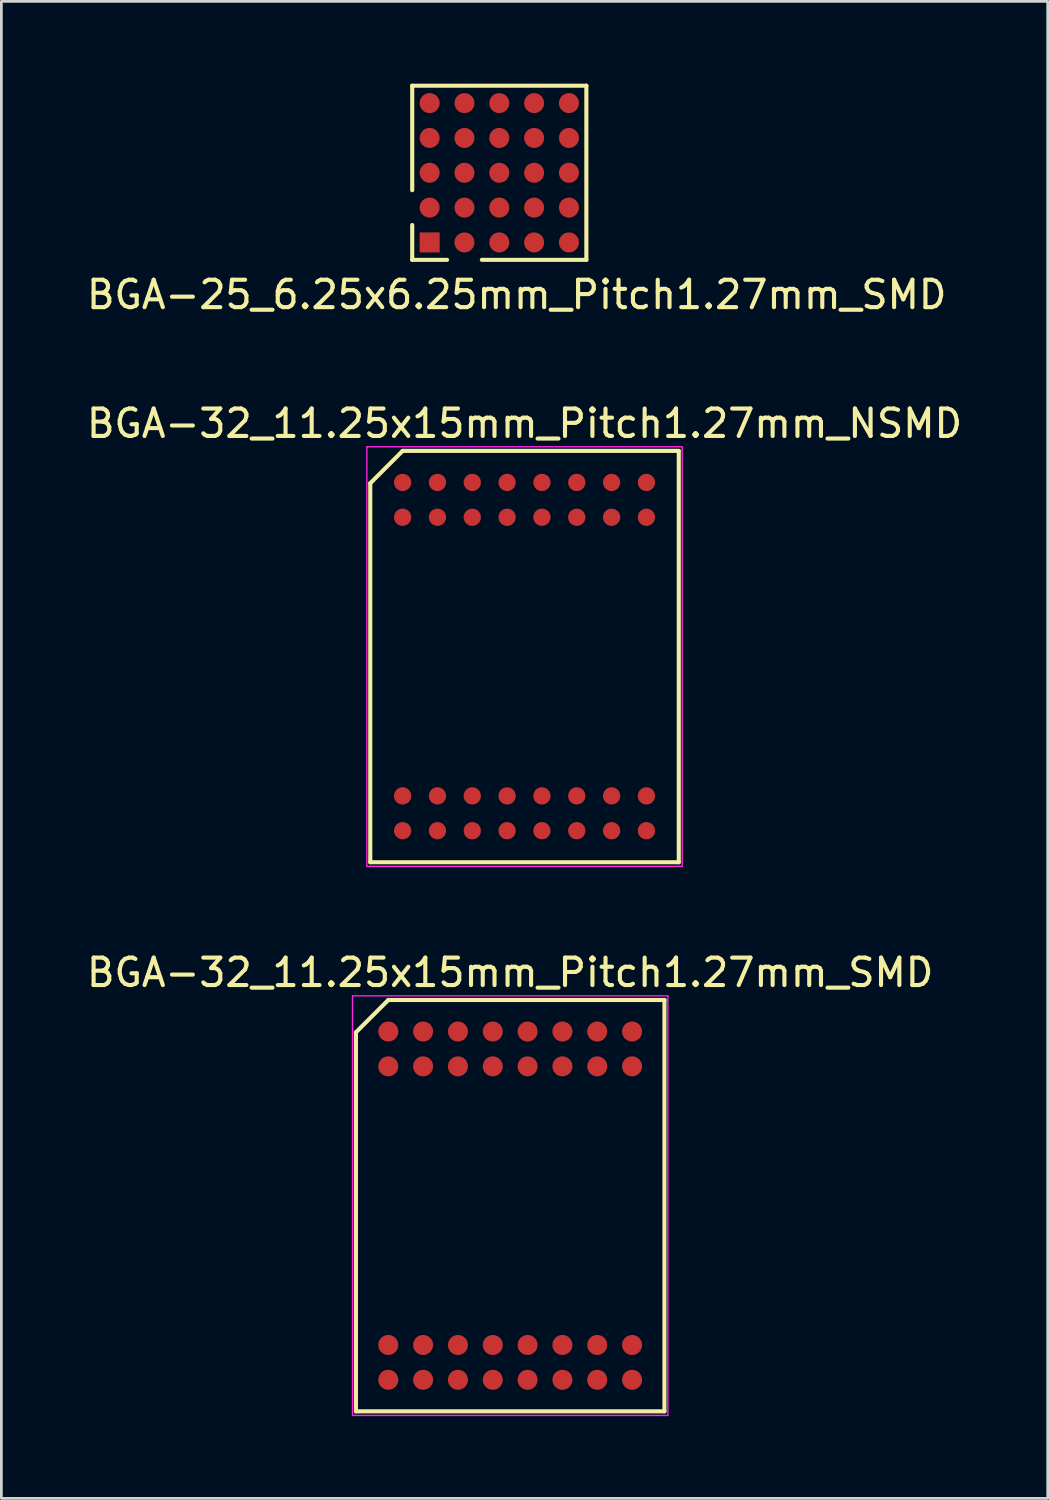
<source format=kicad_pcb>
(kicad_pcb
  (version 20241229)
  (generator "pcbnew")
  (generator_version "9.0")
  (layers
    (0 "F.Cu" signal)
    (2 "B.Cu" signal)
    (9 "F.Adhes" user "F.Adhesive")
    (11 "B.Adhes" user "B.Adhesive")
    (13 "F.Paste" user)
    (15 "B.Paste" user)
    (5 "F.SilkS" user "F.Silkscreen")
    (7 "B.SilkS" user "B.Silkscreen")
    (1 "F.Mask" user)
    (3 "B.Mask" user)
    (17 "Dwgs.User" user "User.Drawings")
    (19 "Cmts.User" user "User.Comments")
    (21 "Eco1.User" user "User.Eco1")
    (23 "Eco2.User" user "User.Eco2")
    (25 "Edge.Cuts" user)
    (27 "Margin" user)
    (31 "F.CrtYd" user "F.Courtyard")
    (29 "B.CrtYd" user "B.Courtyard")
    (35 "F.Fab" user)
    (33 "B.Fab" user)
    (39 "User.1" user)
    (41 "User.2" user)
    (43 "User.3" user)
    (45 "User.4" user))
  (footprint "BGA-25_6.25x6.25mm_Pitch1.27mm_SMD"
    (layer "F.Cu")
    (at 15.157 3.25)
    (property "Reference" "BGA-25_6.25x6.25mm_Pitch1.27mm_SMD" (at 0.635 4.445 180) (layer "F.SilkS") (effects (font (size 1 1) (thickness 0.15))))
    (attr smd)
    (fp_line (start -3.175 -3.175) (end 3.175 -3.175) (stroke (width 0.15) (type solid)) (layer "F.SilkS"))
    (fp_line (start -3.175 0.635) (end -3.175 -3.175) (stroke (width 0.15) (type solid)) (layer "F.SilkS"))
    (fp_line (start -3.175 1.905) (end -3.175 3.175) (stroke (width 0.15) (type solid)) (layer "F.SilkS"))
    (fp_line (start -3.175 3.175) (end -1.905 3.175) (stroke (width 0.15) (type solid)) (layer "F.SilkS"))
    (fp_line (start 3.175 -3.175) (end 3.175 3.175) (stroke (width 0.15) (type solid)) (layer "F.SilkS"))
    (fp_line (start 3.175 3.175) (end -0.635 3.175) (stroke (width 0.15) (type solid)) (layer "F.SilkS"))
    (pad "A1" smd rect (at -2.54 2.54) (size 0.73 0.73) (layers "F.Cu" "F.Mask" "F.Paste"))
    (pad "A2" smd circle (at -2.54 1.27) (size 0.73 0.73) (layers "F.Cu" "F.Mask" "F.Paste"))
    (pad "A3" smd circle (at -2.54 0) (size 0.73 0.73) (layers "F.Cu" "F.Mask" "F.Paste"))
    (pad "A4" smd circle (at -2.54 -1.27) (size 0.73 0.73) (layers "F.Cu" "F.Mask" "F.Paste"))
    (pad "A5" smd circle (at -2.54 -2.54) (size 0.73 0.73) (layers "F.Cu" "F.Mask" "F.Paste"))
    (pad "B1" smd circle (at -1.27 2.54) (size 0.73 0.73) (layers "F.Cu" "F.Mask" "F.Paste"))
    (pad "B2" smd circle (at -1.27 1.27) (size 0.73 0.73) (layers "F.Cu" "F.Mask" "F.Paste"))
    (pad "B3" smd circle (at -1.27 0) (size 0.73 0.73) (layers "F.Cu" "F.Mask" "F.Paste"))
    (pad "B4" smd circle (at -1.27 -1.27) (size 0.73 0.73) (layers "F.Cu" "F.Mask" "F.Paste"))
    (pad "B5" smd circle (at -1.27 -2.54) (size 0.73 0.73) (layers "F.Cu" "F.Mask" "F.Paste"))
    (pad "C1" smd circle (at 0 2.54) (size 0.73 0.73) (layers "F.Cu" "F.Mask" "F.Paste"))
    (pad "C2" smd circle (at 0 1.27) (size 0.73 0.73) (layers "F.Cu" "F.Mask" "F.Paste"))
    (pad "C3" smd circle (at 0 0) (size 0.73 0.73) (layers "F.Cu" "F.Mask" "F.Paste"))
    (pad "C4" smd circle (at 0 -1.27) (size 0.73 0.73) (layers "F.Cu" "F.Mask" "F.Paste"))
    (pad "C5" smd circle (at 0 -2.54) (size 0.73 0.73) (layers "F.Cu" "F.Mask" "F.Paste"))
    (pad "D1" smd circle (at 1.27 2.54) (size 0.73 0.73) (layers "F.Cu" "F.Mask" "F.Paste"))
    (pad "D2" smd circle (at 1.27 1.27) (size 0.73 0.73) (layers "F.Cu" "F.Mask" "F.Paste"))
    (pad "D3" smd circle (at 1.27 0) (size 0.73 0.73) (layers "F.Cu" "F.Mask" "F.Paste"))
    (pad "D4" smd circle (at 1.27 -1.27) (size 0.73 0.73) (layers "F.Cu" "F.Mask" "F.Paste"))
    (pad "D5" smd circle (at 1.27 -2.54) (size 0.73 0.73) (layers "F.Cu" "F.Mask" "F.Paste"))
    (pad "E1" smd circle (at 2.54 2.54) (size 0.73 0.73) (layers "F.Cu" "F.Mask" "F.Paste"))
    (pad "E2" smd circle (at 2.54 1.27) (size 0.73 0.73) (layers "F.Cu" "F.Mask" "F.Paste"))
    (pad "E3" smd circle (at 2.54 0) (size 0.73 0.73) (layers "F.Cu" "F.Mask" "F.Paste"))
    (pad "E4" smd circle (at 2.54 -1.27) (size 0.73 0.73) (layers "F.Cu" "F.Mask" "F.Paste"))
    (pad "E5" smd circle (at 2.54 -2.54) (size 0.73 0.73) (layers "F.Cu" "F.Mask" "F.Paste")))
  (footprint "BGA-32_11.25x15mm_Pitch1.27mm_NSMD"
    (layer "F.Cu")
    (at 16.077 20.892)
    (property "Reference" "BGA-32_11.25x15mm_Pitch1.27mm_NSMD" (at 0 -8.5 0) (layer "F.SilkS") (effects (font (size 1 1) (thickness 0.15))))
    (attr smd)
    (fp_line (start -5.625 -6.32) (end -5.625 7.5) (stroke (width 0.15) (type solid)) (layer "F.SilkS"))
    (fp_line (start -5.625 7.5) (end 5.625 7.5) (stroke (width 0.15) (type solid)) (layer "F.SilkS"))
    (fp_line (start -4.445 -7.5) (end -5.625 -6.32) (stroke (width 0.15) (type solid)) (layer "F.SilkS"))
    (fp_line (start 5.625 -7.5) (end -4.445 -7.5) (stroke (width 0.15) (type solid)) (layer "F.SilkS"))
    (fp_line (start 5.625 7.5) (end 5.625 -7.5) (stroke (width 0.15) (type solid)) (layer "F.SilkS"))
    (fp_line (start -5.75 -7.65) (end 5.75 -7.65) (stroke (width 0.05) (type solid)) (layer "F.CrtYd"))
    (fp_line (start -5.75 7.65) (end -5.75 -7.65) (stroke (width 0.05) (type solid)) (layer "F.CrtYd"))
    (fp_line (start 5.75 -7.65) (end 5.75 7.65) (stroke (width 0.05) (type solid)) (layer "F.CrtYd"))
    (fp_line (start 5.75 7.65) (end -5.75 7.65) (stroke (width 0.05) (type solid)) (layer "F.CrtYd"))
    (pad "A1" smd circle (at -4.445 -6.35) (size 0.63 0.63) (layers "F.Cu" "F.Mask" "F.Paste"))
    (pad "A2" smd circle (at -3.175 -6.35) (size 0.63 0.63) (layers "F.Cu" "F.Mask" "F.Paste"))
    (pad "A3" smd circle (at -1.905 -6.35) (size 0.63 0.63) (layers "F.Cu" "F.Mask" "F.Paste"))
    (pad "A4" smd circle (at -0.635 -6.35) (size 0.63 0.63) (layers "F.Cu" "F.Mask" "F.Paste"))
    (pad "A5" smd circle (at 0.635 -6.35) (size 0.63 0.63) (layers "F.Cu" "F.Mask" "F.Paste"))
    (pad "A6" smd circle (at 1.905 -6.35) (size 0.63 0.63) (layers "F.Cu" "F.Mask" "F.Paste"))
    (pad "A7" smd circle (at 3.175 -6.35) (size 0.63 0.63) (layers "F.Cu" "F.Mask" "F.Paste"))
    (pad "A8" smd circle (at 4.445 -6.35) (size 0.63 0.63) (layers "F.Cu" "F.Mask" "F.Paste"))
    (pad "B1" smd circle (at -4.445 -5.08) (size 0.63 0.63) (layers "F.Cu" "F.Mask" "F.Paste"))
    (pad "B2" smd circle (at -3.175 -5.08) (size 0.63 0.63) (layers "F.Cu" "F.Mask" "F.Paste"))
    (pad "B3" smd circle (at -1.905 -5.08) (size 0.63 0.63) (layers "F.Cu" "F.Mask" "F.Paste"))
    (pad "B4" smd circle (at -0.635 -5.08) (size 0.63 0.63) (layers "F.Cu" "F.Mask" "F.Paste"))
    (pad "B5" smd circle (at 0.635 -5.08) (size 0.63 0.63) (layers "F.Cu" "F.Mask" "F.Paste"))
    (pad "B6" smd circle (at 1.905 -5.08) (size 0.63 0.63) (layers "F.Cu" "F.Mask" "F.Paste"))
    (pad "B7" smd circle (at 3.175 -5.08) (size 0.63 0.63) (layers "F.Cu" "F.Mask" "F.Paste"))
    (pad "B8" smd circle (at 4.445 -5.08) (size 0.63 0.63) (layers "F.Cu" "F.Mask" "F.Paste"))
    (pad "K1" smd circle (at -4.445 5.08) (size 0.63 0.63) (layers "F.Cu" "F.Mask" "F.Paste"))
    (pad "K2" smd circle (at -3.175 5.08) (size 0.63 0.63) (layers "F.Cu" "F.Mask" "F.Paste"))
    (pad "K3" smd circle (at -1.905 5.08) (size 0.63 0.63) (layers "F.Cu" "F.Mask" "F.Paste"))
    (pad "K4" smd circle (at -0.635 5.08) (size 0.63 0.63) (layers "F.Cu" "F.Mask" "F.Paste"))
    (pad "K5" smd circle (at 0.635 5.08) (size 0.63 0.63) (layers "F.Cu" "F.Mask" "F.Paste"))
    (pad "K6" smd circle (at 1.905 5.08) (size 0.63 0.63) (layers "F.Cu" "F.Mask" "F.Paste"))
    (pad "K7" smd circle (at 3.175 5.08) (size 0.63 0.63) (layers "F.Cu" "F.Mask" "F.Paste"))
    (pad "K8" smd circle (at 4.445 5.08) (size 0.63 0.63) (layers "F.Cu" "F.Mask" "F.Paste"))
    (pad "L1" smd circle (at -4.445 6.35) (size 0.63 0.63) (layers "F.Cu" "F.Mask" "F.Paste"))
    (pad "L2" smd circle (at -3.175 6.35) (size 0.63 0.63) (layers "F.Cu" "F.Mask" "F.Paste"))
    (pad "L3" smd circle (at -1.905 6.35) (size 0.63 0.63) (layers "F.Cu" "F.Mask" "F.Paste"))
    (pad "L4" smd circle (at -0.635 6.35) (size 0.63 0.63) (layers "F.Cu" "F.Mask" "F.Paste"))
    (pad "L5" smd circle (at 0.635 6.35) (size 0.63 0.63) (layers "F.Cu" "F.Mask" "F.Paste"))
    (pad "L6" smd circle (at 1.905 6.35) (size 0.63 0.63) (layers "F.Cu" "F.Mask" "F.Paste"))
    (pad "L7" smd circle (at 3.175 6.35) (size 0.63 0.63) (layers "F.Cu" "F.Mask" "F.Paste"))
    (pad "L8" smd circle (at 4.445 6.35) (size 0.63 0.63) (layers "F.Cu" "F.Mask" "F.Paste")))
  (footprint "BGA-32_11.25x15mm_Pitch1.27mm_SMD"
    (layer "F.Cu")
    (at 15.554 40.915)
    (property "Reference" "BGA-32_11.25x15mm_Pitch1.27mm_SMD" (at 0 -8.5 0) (layer "F.SilkS") (effects (font (size 1 1) (thickness 0.15))))
    (attr smd)
    (fp_line (start -5.625 -6.32) (end -5.625 7.5) (stroke (width 0.15) (type solid)) (layer "F.SilkS"))
    (fp_line (start -5.625 7.5) (end 5.625 7.5) (stroke (width 0.15) (type solid)) (layer "F.SilkS"))
    (fp_line (start -4.445 -7.5) (end -5.625 -6.32) (stroke (width 0.15) (type solid)) (layer "F.SilkS"))
    (fp_line (start 5.625 -7.5) (end -4.445 -7.5) (stroke (width 0.15) (type solid)) (layer "F.SilkS"))
    (fp_line (start 5.625 7.5) (end 5.625 -7.5) (stroke (width 0.15) (type solid)) (layer "F.SilkS"))
    (fp_line (start -5.75 -7.65) (end 5.75 -7.65) (stroke (width 0.05) (type solid)) (layer "F.CrtYd"))
    (fp_line (start -5.75 7.65) (end -5.75 -7.65) (stroke (width 0.05) (type solid)) (layer "F.CrtYd"))
    (fp_line (start 5.75 -7.65) (end 5.75 7.65) (stroke (width 0.05) (type solid)) (layer "F.CrtYd"))
    (fp_line (start 5.75 7.65) (end -5.75 7.65) (stroke (width 0.05) (type solid)) (layer "F.CrtYd"))
    (pad "A1" smd circle (at -4.445 -6.35) (size 0.73 0.73) (layers "F.Cu" "F.Mask" "F.Paste"))
    (pad "A2" smd circle (at -3.175 -6.35) (size 0.73 0.73) (layers "F.Cu" "F.Mask" "F.Paste"))
    (pad "A3" smd circle (at -1.905 -6.35) (size 0.73 0.73) (layers "F.Cu" "F.Mask" "F.Paste"))
    (pad "A4" smd circle (at -0.635 -6.35) (size 0.73 0.73) (layers "F.Cu" "F.Mask" "F.Paste"))
    (pad "A5" smd circle (at 0.635 -6.35) (size 0.73 0.73) (layers "F.Cu" "F.Mask" "F.Paste"))
    (pad "A6" smd circle (at 1.905 -6.35) (size 0.73 0.73) (layers "F.Cu" "F.Mask" "F.Paste"))
    (pad "A7" smd circle (at 3.175 -6.35) (size 0.73 0.73) (layers "F.Cu" "F.Mask" "F.Paste"))
    (pad "A8" smd circle (at 4.445 -6.35) (size 0.73 0.73) (layers "F.Cu" "F.Mask" "F.Paste"))
    (pad "B1" smd circle (at -4.445 -5.08) (size 0.73 0.73) (layers "F.Cu" "F.Mask" "F.Paste"))
    (pad "B2" smd circle (at -3.175 -5.08) (size 0.73 0.73) (layers "F.Cu" "F.Mask" "F.Paste"))
    (pad "B3" smd circle (at -1.905 -5.08) (size 0.73 0.73) (layers "F.Cu" "F.Mask" "F.Paste"))
    (pad "B4" smd circle (at -0.635 -5.08) (size 0.73 0.73) (layers "F.Cu" "F.Mask" "F.Paste"))
    (pad "B5" smd circle (at 0.635 -5.08) (size 0.73 0.73) (layers "F.Cu" "F.Mask" "F.Paste"))
    (pad "B6" smd circle (at 1.905 -5.08) (size 0.73 0.73) (layers "F.Cu" "F.Mask" "F.Paste"))
    (pad "B7" smd circle (at 3.175 -5.08) (size 0.73 0.73) (layers "F.Cu" "F.Mask" "F.Paste"))
    (pad "B8" smd circle (at 4.445 -5.08) (size 0.73 0.73) (layers "F.Cu" "F.Mask" "F.Paste"))
    (pad "K1" smd circle (at -4.445 5.08) (size 0.73 0.73) (layers "F.Cu" "F.Mask" "F.Paste"))
    (pad "K2" smd circle (at -3.175 5.08) (size 0.73 0.73) (layers "F.Cu" "F.Mask" "F.Paste"))
    (pad "K3" smd circle (at -1.905 5.08) (size 0.73 0.73) (layers "F.Cu" "F.Mask" "F.Paste"))
    (pad "K4" smd circle (at -0.635 5.08) (size 0.73 0.73) (layers "F.Cu" "F.Mask" "F.Paste"))
    (pad "K5" smd circle (at 0.635 5.08) (size 0.73 0.73) (layers "F.Cu" "F.Mask" "F.Paste"))
    (pad "K6" smd circle (at 1.905 5.08) (size 0.73 0.73) (layers "F.Cu" "F.Mask" "F.Paste"))
    (pad "K7" smd circle (at 3.175 5.08) (size 0.73 0.73) (layers "F.Cu" "F.Mask" "F.Paste"))
    (pad "K8" smd circle (at 4.445 5.08) (size 0.73 0.73) (layers "F.Cu" "F.Mask" "F.Paste"))
    (pad "L1" smd circle (at -4.445 6.35) (size 0.73 0.73) (layers "F.Cu" "F.Mask" "F.Paste"))
    (pad "L2" smd circle (at -3.175 6.35) (size 0.73 0.73) (layers "F.Cu" "F.Mask" "F.Paste"))
    (pad "L3" smd circle (at -1.905 6.35) (size 0.73 0.73) (layers "F.Cu" "F.Mask" "F.Paste"))
    (pad "L4" smd circle (at -0.635 6.35) (size 0.73 0.73) (layers "F.Cu" "F.Mask" "F.Paste"))
    (pad "L5" smd circle (at 0.635 6.35) (size 0.73 0.73) (layers "F.Cu" "F.Mask" "F.Paste"))
    (pad "L6" smd circle (at 1.905 6.35) (size 0.73 0.73) (layers "F.Cu" "F.Mask" "F.Paste"))
    (pad "L7" smd circle (at 3.175 6.35) (size 0.73 0.73) (layers "F.Cu" "F.Mask" "F.Paste"))
    (pad "L8" smd circle (at 4.445 6.35) (size 0.73 0.73) (layers "F.Cu" "F.Mask" "F.Paste")))
  (gr_rect
    (start -3 -3)
    (end 35.155 51.59)
    (stroke (width 0.1) (type default))
    (fill no)
    (layer "Edge.Cuts")))
</source>
